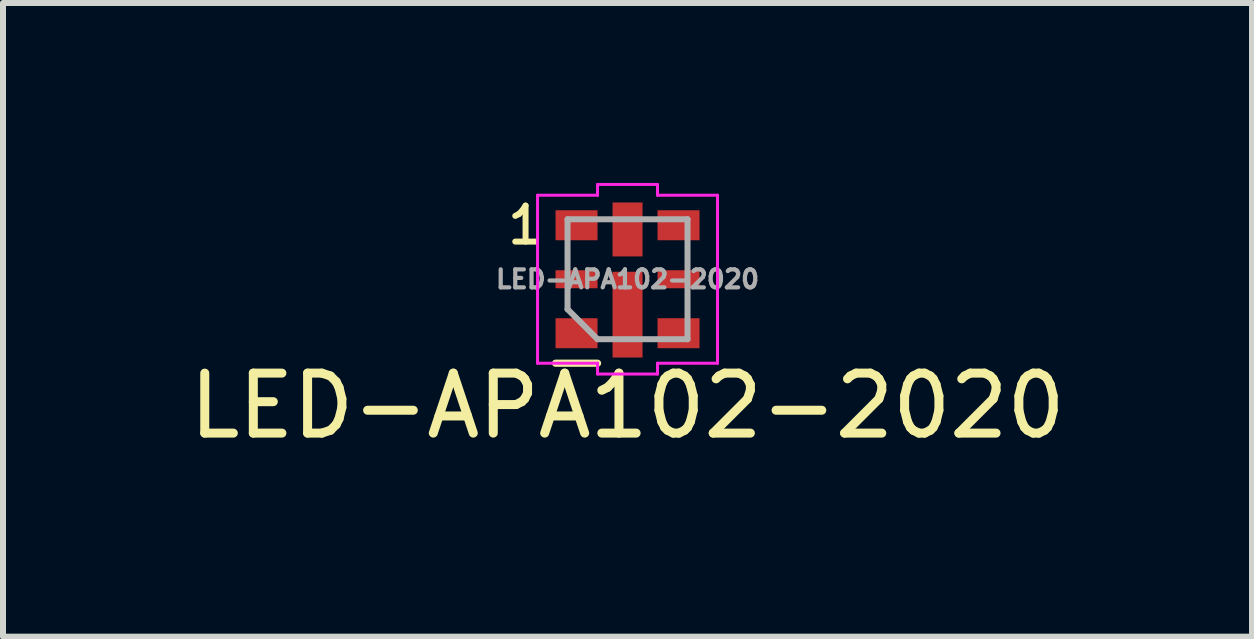
<source format=kicad_pcb>
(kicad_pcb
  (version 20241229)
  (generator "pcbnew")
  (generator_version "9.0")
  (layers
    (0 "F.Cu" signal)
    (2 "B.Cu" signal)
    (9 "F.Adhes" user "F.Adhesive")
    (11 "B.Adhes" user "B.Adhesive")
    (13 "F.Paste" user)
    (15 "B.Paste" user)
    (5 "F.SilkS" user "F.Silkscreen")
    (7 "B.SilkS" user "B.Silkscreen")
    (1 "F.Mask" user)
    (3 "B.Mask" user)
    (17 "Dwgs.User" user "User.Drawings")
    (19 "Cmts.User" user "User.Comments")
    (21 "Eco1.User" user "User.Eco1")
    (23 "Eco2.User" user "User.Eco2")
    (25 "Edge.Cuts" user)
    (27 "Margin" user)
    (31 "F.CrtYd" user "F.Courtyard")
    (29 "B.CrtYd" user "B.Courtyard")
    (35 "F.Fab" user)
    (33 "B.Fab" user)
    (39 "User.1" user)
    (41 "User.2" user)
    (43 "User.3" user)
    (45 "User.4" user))
  (footprint "LED-APA102-2020"
    (layer "F.Cu")
    (at 7.411 1.605)
    (property "Reference" "LED-APA102-2020" (at 0 2.11 0) (layer "F.SilkS") (effects (font (size 1 1) (thickness 0.15))))
    (attr smd)
    (fp_line (start -1.2 1.4) (end -0.5 1.4) (stroke (width 0.12) (type solid)) (layer "F.SilkS"))
    (fp_line (start -1.5 -1.4) (end -1.5 1.4) (stroke (width 0.05) (type solid)) (layer "F.CrtYd"))
    (fp_line (start -1.5 -1.4) (end -0.5 -1.4) (stroke (width 0.05) (type solid)) (layer "F.CrtYd"))
    (fp_line (start -0.5 -1.58) (end 0.5 -1.58) (stroke (width 0.05) (type solid)) (layer "F.CrtYd"))
    (fp_line (start -0.5 -1.4) (end -0.5 -1.58) (stroke (width 0.05) (type solid)) (layer "F.CrtYd"))
    (fp_line (start -0.5 1.4) (end -1.5 1.4) (stroke (width 0.05) (type solid)) (layer "F.CrtYd"))
    (fp_line (start -0.5 1.4) (end -0.5 1.58) (stroke (width 0.05) (type solid)) (layer "F.CrtYd"))
    (fp_line (start -0.5 1.58) (end 0.5 1.58) (stroke (width 0.05) (type solid)) (layer "F.CrtYd"))
    (fp_line (start 0.5 -1.58) (end 0.5 -1.4) (stroke (width 0.05) (type solid)) (layer "F.CrtYd"))
    (fp_line (start 0.5 -1.4) (end 1.5 -1.4) (stroke (width 0.05) (type solid)) (layer "F.CrtYd"))
    (fp_line (start 0.5 1.58) (end 0.5 1.4) (stroke (width 0.05) (type solid)) (layer "F.CrtYd"))
    (fp_line (start 1.5 -1.4) (end 1.5 1.4) (stroke (width 0.05) (type solid)) (layer "F.CrtYd"))
    (fp_line (start 1.5 1.4) (end 0.5 1.4) (stroke (width 0.05) (type solid)) (layer "F.CrtYd"))
    (fp_line (start -1 -1) (end 1 -1) (stroke (width 0.1) (type solid)) (layer "F.Fab"))
    (fp_line (start -1 0.5) (end -1 -1) (stroke (width 0.1) (type solid)) (layer "F.Fab"))
    (fp_line (start -1 0.5) (end -0.5 1) (stroke (width 0.1) (type solid)) (layer "F.Fab"))
    (fp_line (start 1 -1) (end 1 1) (stroke (width 0.1) (type solid)) (layer "F.Fab"))
    (fp_line (start 1 1) (end -0.5 1) (stroke (width 0.1) (type solid)) (layer "F.Fab"))
    (fp_text user "1" (at -1.7 -0.9 0) (layer "F.SilkS") (effects (font (size 0.6 0.6) (thickness 0.1))))
    (fp_text user "${REFERENCE}" (at 0 0 0) (layer "F.Fab") (effects (font (size 0.3 0.3) (thickness 0.07))))
    (pad "1" smd rect (at -0.85 -0.9) (size 0.7 0.5) (layers "F.Cu" "F.Mask" "F.Paste"))
    (pad "1" smd rect (at 0 -0.83 90) (size 0.9 0.5) (layers "F.Cu" "F.Mask" "F.Paste"))
    (pad "2" smd rect (at -0.85 0) (size 0.7 0.3) (layers "F.Cu" "F.Mask" "F.Paste"))
    (pad "3" smd rect (at -0.85 0.9) (size 0.7 0.5) (layers "F.Cu" "F.Mask" "F.Paste"))
    (pad "4" smd rect (at 0.85 0.9) (size 0.7 0.5) (layers "F.Cu" "F.Mask" "F.Paste"))
    (pad "5" smd rect (at 0.85 0) (size 0.7 0.3) (layers "F.Cu" "F.Mask" "F.Paste"))
    (pad "6" smd rect (at 0 0.59 90) (size 1.43 0.5) (layers "F.Cu" "F.Mask" "F.Paste"))
    (pad "6" smd rect (at 0.85 -0.9) (size 0.7 0.5) (layers "F.Cu" "F.Mask" "F.Paste")))
  (gr_rect
    (start -3 -3)
    (end 17.821 7.563)
    (stroke (width 0.1) (type default))
    (fill no)
    (layer "Edge.Cuts")))
</source>
